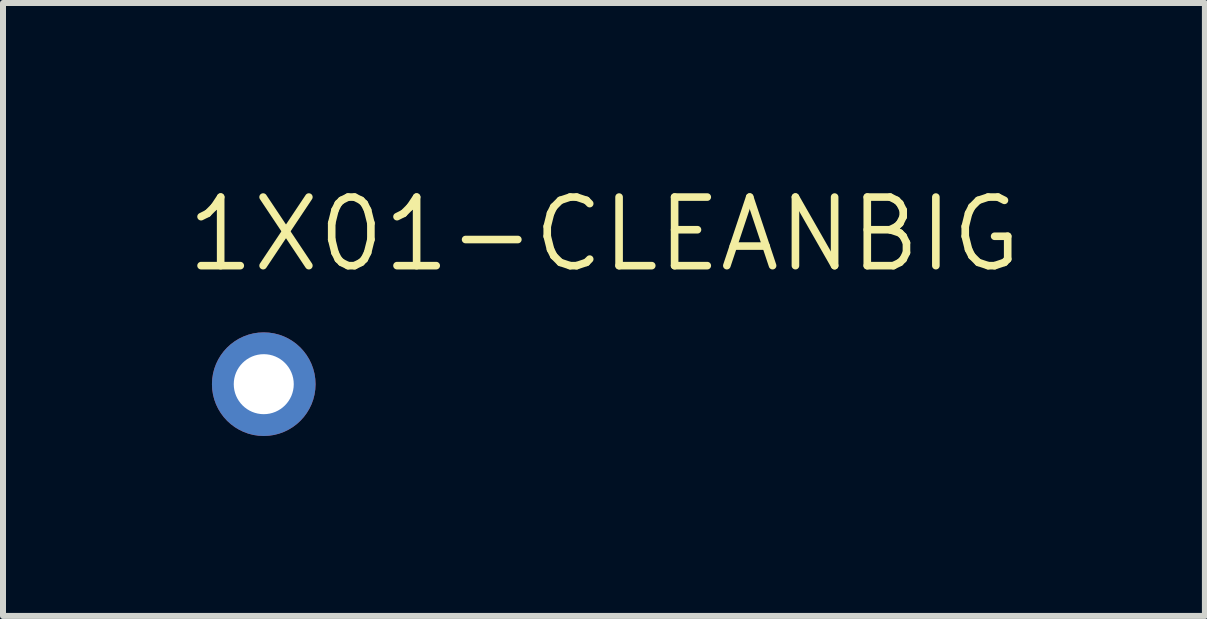
<source format=kicad_pcb>
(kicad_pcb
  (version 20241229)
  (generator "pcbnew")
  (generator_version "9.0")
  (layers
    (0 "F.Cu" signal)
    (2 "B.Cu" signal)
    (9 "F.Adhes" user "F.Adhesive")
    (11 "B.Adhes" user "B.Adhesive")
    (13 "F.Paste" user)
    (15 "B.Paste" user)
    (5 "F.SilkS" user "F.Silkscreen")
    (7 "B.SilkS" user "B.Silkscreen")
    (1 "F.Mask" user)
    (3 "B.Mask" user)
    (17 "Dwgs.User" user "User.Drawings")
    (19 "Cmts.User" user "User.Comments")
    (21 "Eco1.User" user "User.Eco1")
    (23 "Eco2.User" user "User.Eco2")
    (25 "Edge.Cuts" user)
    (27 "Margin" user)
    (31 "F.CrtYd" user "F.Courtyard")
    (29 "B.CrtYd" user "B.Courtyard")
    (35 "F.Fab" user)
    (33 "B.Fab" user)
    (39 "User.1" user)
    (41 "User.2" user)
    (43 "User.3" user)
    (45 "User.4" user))
  (footprint "1X01-CLEANBIG"
    (layer "F.Cu")
    (at 1.346 3.353)
    (property "Reference" "1X01-CLEANBIG" (at -1.346 -1.829 0) (unlocked yes) (layer "F.SilkS") (effects (font (size 1.143 1.143) (thickness 0.127)) (justify left bottom)))
    (pad "1" thru_hole circle (at 0 0) (size 1.727 1.727) (drill 1) (layers "*.Cu" "*.Mask")))
  (gr_rect
    (start -3 -3)
    (end 17.032 7.216)
    (stroke (width 0.1) (type default))
    (fill no)
    (layer "Edge.Cuts")))
</source>
